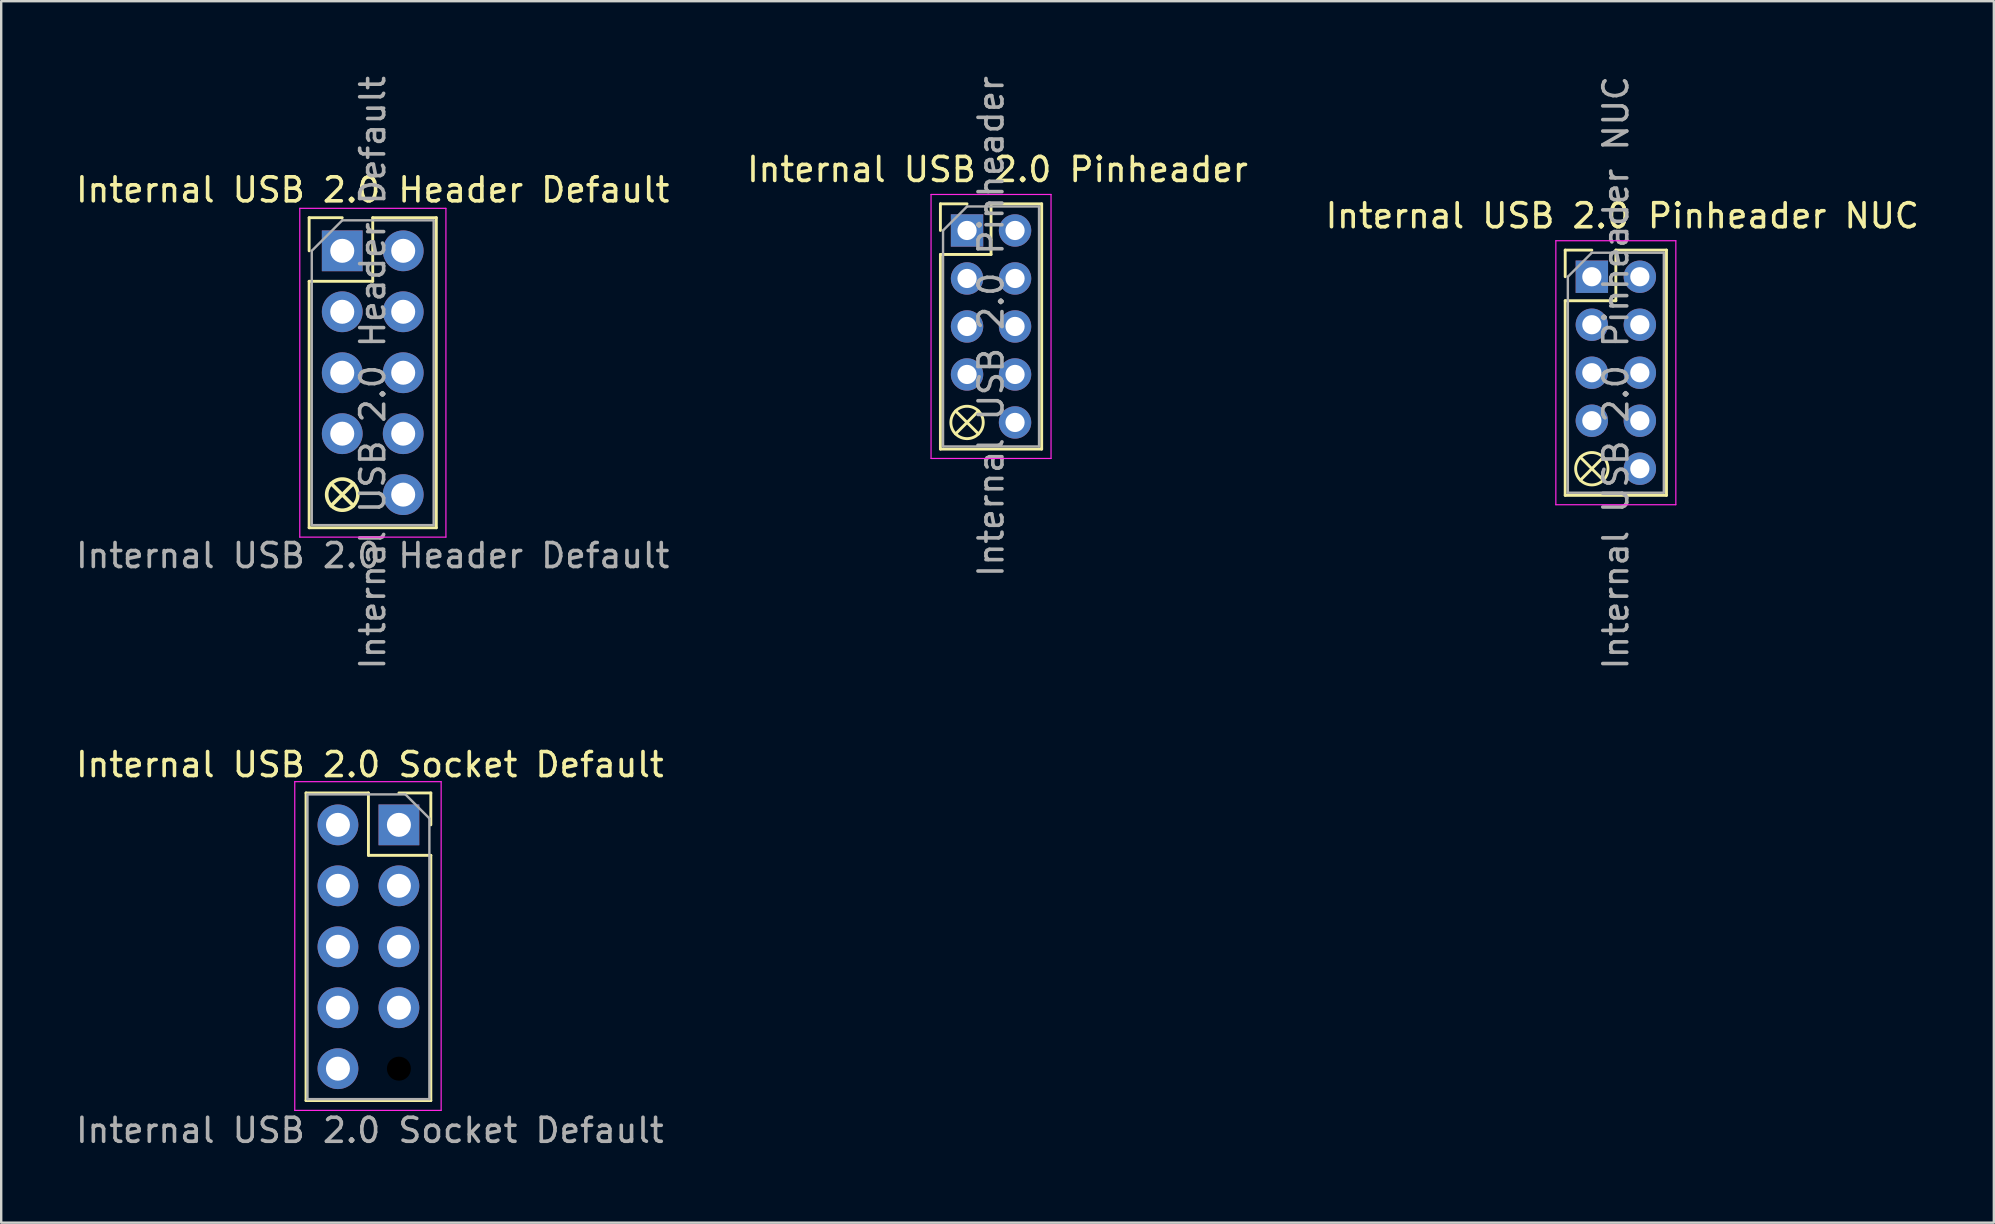
<source format=kicad_pcb>
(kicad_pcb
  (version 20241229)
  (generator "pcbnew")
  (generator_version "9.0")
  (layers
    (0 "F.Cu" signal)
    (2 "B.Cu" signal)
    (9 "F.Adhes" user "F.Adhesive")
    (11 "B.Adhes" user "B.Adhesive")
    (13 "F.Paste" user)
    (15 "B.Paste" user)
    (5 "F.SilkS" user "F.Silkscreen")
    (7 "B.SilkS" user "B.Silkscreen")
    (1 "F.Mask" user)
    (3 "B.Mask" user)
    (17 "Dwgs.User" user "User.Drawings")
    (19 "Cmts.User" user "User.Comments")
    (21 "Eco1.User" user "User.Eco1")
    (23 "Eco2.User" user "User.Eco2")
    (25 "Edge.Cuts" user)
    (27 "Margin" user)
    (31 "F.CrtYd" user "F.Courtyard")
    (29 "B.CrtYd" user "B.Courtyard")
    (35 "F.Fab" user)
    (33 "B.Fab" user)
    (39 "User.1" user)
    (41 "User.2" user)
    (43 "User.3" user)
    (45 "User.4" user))
  (footprint "Internal USB 2.0 Pinheader"
    (layer "F.Cu")
    (at 37.248 6.554)
    (property "Reference" "Internal USB 2.0 Pinheader" (at 1.27 -2.54 0) (unlocked yes) (layer "F.SilkS") (effects (font (size 1 1) (thickness 0.15))))
    (attr smd)
    (fp_line (start -1.11 -1.11) (end 0 -1.11) (stroke (width 0.12) (type solid)) (layer "F.SilkS"))
    (fp_line (start -1.11 0) (end -1.11 -1.11) (stroke (width 0.12) (type solid)) (layer "F.SilkS"))
    (fp_line (start -1.11 1) (end -1.11 9.11) (stroke (width 0.12) (type solid)) (layer "F.SilkS"))
    (fp_line (start -1.11 1) (end 1 1) (stroke (width 0.12) (type solid)) (layer "F.SilkS"))
    (fp_line (start -1.11 9.11) (end 3.11 9.11) (stroke (width 0.12) (type solid)) (layer "F.SilkS"))
    (fp_line (start 0 8) (end -0.477 7.523) (stroke (width 0.12) (type solid)) (layer "F.SilkS"))
    (fp_line (start 0 8) (end -0.477 8.477) (stroke (width 0.12) (type solid)) (layer "F.SilkS"))
    (fp_line (start 0 8) (end 0.477 7.523) (stroke (width 0.12) (type solid)) (layer "F.SilkS"))
    (fp_line (start 0 8) (end 0.477 8.477) (stroke (width 0.12) (type solid)) (layer "F.SilkS"))
    (fp_line (start 1 -1.11) (end 3.11 -1.11) (stroke (width 0.12) (type solid)) (layer "F.SilkS"))
    (fp_line (start 1 1) (end 1 -1.11) (stroke (width 0.12) (type solid)) (layer "F.SilkS"))
    (fp_line (start 3.11 -1.11) (end 3.11 9.11) (stroke (width 0.12) (type solid)) (layer "F.SilkS"))
    (fp_circle (center 0 8) (end 0.675 8) (stroke (width 0.12) (type solid)) (fill no) (layer "F.SilkS"))
    (fp_line (start -1.5 -1.5) (end -1.5 9.5) (stroke (width 0.05) (type solid)) (layer "F.CrtYd"))
    (fp_line (start -1.5 9.5) (end 3.5 9.5) (stroke (width 0.05) (type solid)) (layer "F.CrtYd"))
    (fp_line (start 3.5 -1.5) (end -1.5 -1.5) (stroke (width 0.05) (type solid)) (layer "F.CrtYd"))
    (fp_line (start 3.5 9.5) (end 3.5 -1.5) (stroke (width 0.05) (type solid)) (layer "F.CrtYd"))
    (fp_line (start -1 0) (end 0 -1) (stroke (width 0.1) (type solid)) (layer "F.Fab"))
    (fp_line (start -1 9) (end -1 0) (stroke (width 0.1) (type solid)) (layer "F.Fab"))
    (fp_line (start 0 -1) (end 3 -1) (stroke (width 0.1) (type solid)) (layer "F.Fab"))
    (fp_line (start 3 -1) (end 3 9) (stroke (width 0.1) (type solid)) (layer "F.Fab"))
    (fp_line (start 3 9) (end -1 9) (stroke (width 0.1) (type solid)) (layer "F.Fab"))
    (fp_text user "${REFERENCE}" (at 1 4 90) (layer "F.Fab") (effects (font (size 1 1) (thickness 0.15))))
    (pad "1" thru_hole rect (at 0 0) (size 1.35 1.35) (drill 0.8) (layers "*.Cu" "*.Mask"))
    (pad "1" thru_hole circle (at 2 0) (size 1.35 1.35) (drill 0.8) (layers "*.Cu" "*.Mask"))
    (pad "2" thru_hole circle (at 0 2) (size 1.35 1.35) (drill 0.8) (layers "*.Cu" "*.Mask"))
    (pad "3" thru_hole circle (at 2 2) (size 1.35 1.35) (drill 0.8) (layers "*.Cu" "*.Mask"))
    (pad "4" thru_hole circle (at 0 4) (size 1.35 1.35) (drill 0.8) (layers "*.Cu" "*.Mask"))
    (pad "5" thru_hole circle (at 2 4) (size 1.35 1.35) (drill 0.8) (layers "*.Cu" "*.Mask"))
    (pad "6" thru_hole circle (at 0 6) (size 1.35 1.35) (drill 0.8) (layers "*.Cu" "*.Mask"))
    (pad "6" thru_hole circle (at 2 6) (size 1.35 1.35) (drill 0.8) (layers "*.Cu" "*.Mask"))
    (pad "7" thru_hole circle (at 2 8) (size 1.35 1.35) (drill 0.8) (layers "*.Cu" "*.Mask")))
  (footprint "Internal USB 2.0 Socket Default"
    (layer "F.Cu")
    (at 13.573 31.323)
    (property "Reference" "Internal USB 2.0 Socket Default" (at -1.21 -2.51 0) (unlocked yes) (layer "F.SilkS") (effects (font (size 1 1) (thickness 0.15))))
    (attr smd)
    (fp_line (start -3.87 -1.33) (end -3.87 11.49) (stroke (width 0.12) (type solid)) (layer "F.SilkS"))
    (fp_line (start -3.87 -1.33) (end -1.27 -1.33) (stroke (width 0.12) (type solid)) (layer "F.SilkS"))
    (fp_line (start -3.87 11.49) (end 1.33 11.49) (stroke (width 0.12) (type solid)) (layer "F.SilkS"))
    (fp_line (start -1.27 -1.33) (end -1.27 1.27) (stroke (width 0.12) (type solid)) (layer "F.SilkS"))
    (fp_line (start -1.27 1.27) (end 1.33 1.27) (stroke (width 0.12) (type solid)) (layer "F.SilkS"))
    (fp_line (start 0 -1.33) (end 1.33 -1.33) (stroke (width 0.12) (type solid)) (layer "F.SilkS"))
    (fp_line (start 1.33 -1.33) (end 1.33 0) (stroke (width 0.12) (type solid)) (layer "F.SilkS"))
    (fp_line (start 1.33 1.27) (end 1.33 11.49) (stroke (width 0.12) (type solid)) (layer "F.SilkS"))
    (fp_line (start -4.34 -1.8) (end 1.76 -1.8) (stroke (width 0.05) (type solid)) (layer "F.CrtYd"))
    (fp_line (start -4.34 11.9) (end -4.34 -1.8) (stroke (width 0.05) (type solid)) (layer "F.CrtYd"))
    (fp_line (start 1.76 -1.8) (end 1.76 11.9) (stroke (width 0.05) (type solid)) (layer "F.CrtYd"))
    (fp_line (start 1.76 11.9) (end -4.34 11.9) (stroke (width 0.05) (type solid)) (layer "F.CrtYd"))
    (fp_line (start -3.81 -1.27) (end 0.27 -1.27) (stroke (width 0.1) (type solid)) (layer "F.Fab"))
    (fp_line (start -3.81 11.43) (end -3.81 -1.27) (stroke (width 0.1) (type solid)) (layer "F.Fab"))
    (fp_line (start 0.27 -1.27) (end 1.27 -0.27) (stroke (width 0.1) (type solid)) (layer "F.Fab"))
    (fp_line (start 1.27 -0.27) (end 1.27 11.43) (stroke (width 0.1) (type solid)) (layer "F.Fab"))
    (fp_line (start 1.27 11.43) (end -3.81 11.43) (stroke (width 0.1) (type solid)) (layer "F.Fab"))
    (fp_text user "${REFERENCE}" (at -1.21 12.73 0) (unlocked yes) (layer "F.Fab") (effects (font (size 1 1) (thickness 0.15))))
    (pad "" np_thru_hole circle (at 0 10.16) (size 1.7 1.7) (drill 1) (layers "*.Mask"))
    (pad "1" thru_hole circle (at -2.54 0) (size 1.7 1.7) (drill 1) (layers "*.Cu" "*.Mask"))
    (pad "1" thru_hole rect (at 0 0) (size 1.7 1.7) (drill 1) (layers "*.Cu" "*.Mask"))
    (pad "2" thru_hole circle (at 0 2.54) (size 1.7 1.7) (drill 1) (layers "*.Cu" "*.Mask"))
    (pad "3" thru_hole circle (at -2.54 2.54) (size 1.7 1.7) (drill 1) (layers "*.Cu" "*.Mask"))
    (pad "4" thru_hole circle (at 0 5.08) (size 1.7 1.7) (drill 1) (layers "*.Cu" "*.Mask"))
    (pad "5" thru_hole circle (at -2.54 5.08) (size 1.7 1.7) (drill 1) (layers "*.Cu" "*.Mask"))
    (pad "6" thru_hole circle (at -2.54 7.62) (size 1.7 1.7) (drill 1) (layers "*.Cu" "*.Mask"))
    (pad "6" thru_hole circle (at 0 7.62) (size 1.7 1.7) (drill 1) (layers "*.Cu" "*.Mask"))
    (pad "7" thru_hole circle (at -2.54 10.16) (size 1.7 1.7) (drill 1) (layers "*.Cu" "*.Mask")))
  (footprint "Internal USB 2.0 Header Default"
    (layer "F.Cu")
    (at 11.212 7.402)
    (property "Reference" "Internal USB 2.0 Header Default" (at 1.27 -2.54 0) (unlocked yes) (layer "F.SilkS") (effects (font (size 1 1) (thickness 0.15))))
    (attr smd)
    (fp_line (start -1.38 -1.38) (end 0 -1.38) (stroke (width 0.12) (type solid)) (layer "F.SilkS"))
    (fp_line (start -1.38 0) (end -1.38 -1.38) (stroke (width 0.12) (type solid)) (layer "F.SilkS"))
    (fp_line (start -1.38 1.27) (end -1.38 11.54) (stroke (width 0.12) (type solid)) (layer "F.SilkS"))
    (fp_line (start -1.38 1.27) (end 1.27 1.27) (stroke (width 0.12) (type solid)) (layer "F.SilkS"))
    (fp_line (start -1.38 11.54) (end 3.92 11.54) (stroke (width 0.12) (type solid)) (layer "F.SilkS"))
    (fp_line (start 0 10.16) (end -0.46 9.7) (stroke (width 0.15) (type solid)) (layer "F.SilkS"))
    (fp_line (start 0 10.16) (end -0.46 10.62) (stroke (width 0.15) (type solid)) (layer "F.SilkS"))
    (fp_line (start 0 10.16) (end 0.46 9.7) (stroke (width 0.15) (type solid)) (layer "F.SilkS"))
    (fp_line (start 0 10.16) (end 0.46 10.62) (stroke (width 0.15) (type solid)) (layer "F.SilkS"))
    (fp_line (start 1.27 -1.38) (end 3.92 -1.38) (stroke (width 0.12) (type solid)) (layer "F.SilkS"))
    (fp_line (start 1.27 1.27) (end 1.27 -1.38) (stroke (width 0.12) (type solid)) (layer "F.SilkS"))
    (fp_line (start 3.92 -1.38) (end 3.92 11.54) (stroke (width 0.12) (type solid)) (layer "F.SilkS"))
    (fp_circle (center 0 10.16) (end 0.65 10.16) (stroke (width 0.15) (type solid)) (fill no) (layer "F.SilkS"))
    (fp_line (start -1.77 -1.77) (end -1.77 11.93) (stroke (width 0.05) (type solid)) (layer "F.CrtYd"))
    (fp_line (start -1.77 11.93) (end 4.32 11.93) (stroke (width 0.05) (type solid)) (layer "F.CrtYd"))
    (fp_line (start 4.32 -1.77) (end -1.77 -1.77) (stroke (width 0.05) (type solid)) (layer "F.CrtYd"))
    (fp_line (start 4.32 11.93) (end 4.32 -1.77) (stroke (width 0.05) (type solid)) (layer "F.CrtYd"))
    (fp_line (start -1.27 0) (end 0 -1.27) (stroke (width 0.1) (type solid)) (layer "F.Fab"))
    (fp_line (start -1.27 11.43) (end -1.27 0) (stroke (width 0.1) (type solid)) (layer "F.Fab"))
    (fp_line (start 0 -1.27) (end 3.81 -1.27) (stroke (width 0.1) (type solid)) (layer "F.Fab"))
    (fp_line (start 3.81 -1.27) (end 3.81 11.43) (stroke (width 0.1) (type solid)) (layer "F.Fab"))
    (fp_line (start 3.81 11.43) (end -1.27 11.43) (stroke (width 0.1) (type solid)) (layer "F.Fab"))
    (fp_text user "${REFERENCE}" (at 1.27 5.08 90) (layer "F.Fab") (effects (font (size 1 1) (thickness 0.15))))
    (fp_text user "${REFERENCE}" (at 1.27 12.7 0) (unlocked yes) (layer "F.Fab") (effects (font (size 1 1) (thickness 0.15))))
    (pad "1" thru_hole rect (at 0 0) (size 1.7 1.7) (drill 1) (layers "*.Cu" "*.Mask"))
    (pad "1" thru_hole circle (at 2.54 0) (size 1.7 1.7) (drill 1) (layers "*.Cu" "*.Mask"))
    (pad "2" thru_hole circle (at 0 2.54) (size 1.7 1.7) (drill 1) (layers "*.Cu" "*.Mask"))
    (pad "3" thru_hole circle (at 2.54 2.54) (size 1.7 1.7) (drill 1) (layers "*.Cu" "*.Mask"))
    (pad "4" thru_hole circle (at 0 5.08) (size 1.7 1.7) (drill 1) (layers "*.Cu" "*.Mask"))
    (pad "5" thru_hole circle (at 2.54 5.08) (size 1.7 1.7) (drill 1) (layers "*.Cu" "*.Mask"))
    (pad "6" thru_hole circle (at 0 7.62) (size 1.7 1.7) (drill 1) (layers "*.Cu" "*.Mask"))
    (pad "6" thru_hole circle (at 2.54 7.62) (size 1.7 1.7) (drill 1) (layers "*.Cu" "*.Mask"))
    (pad "7" thru_hole circle (at 2.54 10.16) (size 1.7 1.7) (drill 1) (layers "*.Cu" "*.Mask")))
  (footprint "Internal USB 2.0 Pinheader NUC"
    (layer "F.Cu")
    (at 63.284 8.482)
    (property "Reference" "Internal USB 2.0 Pinheader NUC" (at 1.27 -2.54 0) (unlocked yes) (layer "F.SilkS") (effects (font (size 1 1) (thickness 0.15))))
    (attr smd)
    (fp_line (start -1.11 -1.11) (end 0 -1.11) (stroke (width 0.12) (type solid)) (layer "F.SilkS"))
    (fp_line (start -1.11 0) (end -1.11 -1.11) (stroke (width 0.12) (type solid)) (layer "F.SilkS"))
    (fp_line (start -1.11 1) (end -1.11 9.11) (stroke (width 0.12) (type solid)) (layer "F.SilkS"))
    (fp_line (start -1.11 1) (end 1 1) (stroke (width 0.12) (type solid)) (layer "F.SilkS"))
    (fp_line (start -1.11 9.11) (end 3.11 9.11) (stroke (width 0.12) (type solid)) (layer "F.SilkS"))
    (fp_line (start 0 8) (end -0.477 7.523) (stroke (width 0.12) (type solid)) (layer "F.SilkS"))
    (fp_line (start 0 8) (end -0.477 8.477) (stroke (width 0.12) (type solid)) (layer "F.SilkS"))
    (fp_line (start 0 8) (end 0.477 7.523) (stroke (width 0.12) (type solid)) (layer "F.SilkS"))
    (fp_line (start 0 8) (end 0.477 8.477) (stroke (width 0.12) (type solid)) (layer "F.SilkS"))
    (fp_line (start 1 -1.11) (end 3.11 -1.11) (stroke (width 0.12) (type solid)) (layer "F.SilkS"))
    (fp_line (start 1 1) (end 1 -1.11) (stroke (width 0.12) (type solid)) (layer "F.SilkS"))
    (fp_line (start 3.11 -1.11) (end 3.11 9.11) (stroke (width 0.12) (type solid)) (layer "F.SilkS"))
    (fp_circle (center 0 8) (end 0.675 8) (stroke (width 0.12) (type solid)) (fill no) (layer "F.SilkS"))
    (fp_line (start -1.5 -1.5) (end -1.5 9.5) (stroke (width 0.05) (type solid)) (layer "F.CrtYd"))
    (fp_line (start -1.5 9.5) (end 3.5 9.5) (stroke (width 0.05) (type solid)) (layer "F.CrtYd"))
    (fp_line (start 3.5 -1.5) (end -1.5 -1.5) (stroke (width 0.05) (type solid)) (layer "F.CrtYd"))
    (fp_line (start 3.5 9.5) (end 3.5 -1.5) (stroke (width 0.05) (type solid)) (layer "F.CrtYd"))
    (fp_line (start -1 0) (end 0 -1) (stroke (width 0.1) (type solid)) (layer "F.Fab"))
    (fp_line (start -1 9) (end -1 0) (stroke (width 0.1) (type solid)) (layer "F.Fab"))
    (fp_line (start 0 -1) (end 3 -1) (stroke (width 0.1) (type solid)) (layer "F.Fab"))
    (fp_line (start 3 -1) (end 3 9) (stroke (width 0.1) (type solid)) (layer "F.Fab"))
    (fp_line (start 3 9) (end -1 9) (stroke (width 0.1) (type solid)) (layer "F.Fab"))
    (fp_text user "${REFERENCE}" (at 1 4 90) (layer "F.Fab") (effects (font (size 1 1) (thickness 0.15))))
    (pad "1" thru_hole rect (at 0 0) (size 1.35 1.35) (drill 0.8) (layers "*.Cu" "*.Mask"))
    (pad "1" thru_hole circle (at 2 0) (size 1.35 1.35) (drill 0.8) (layers "*.Cu" "*.Mask"))
    (pad "2" thru_hole circle (at 0 2) (size 1.35 1.35) (drill 0.8) (layers "*.Cu" "*.Mask"))
    (pad "3" thru_hole circle (at 2 2) (size 1.35 1.35) (drill 0.8) (layers "*.Cu" "*.Mask"))
    (pad "4" thru_hole circle (at 0 4) (size 1.35 1.35) (drill 0.8) (layers "*.Cu" "*.Mask"))
    (pad "5" thru_hole circle (at 2 4) (size 1.35 1.35) (drill 0.8) (layers "*.Cu" "*.Mask"))
    (pad "6" thru_hole circle (at 0 6) (size 1.35 1.35) (drill 0.8) (layers "*.Cu" "*.Mask"))
    (pad "6" thru_hole circle (at 2 6) (size 1.35 1.35) (drill 0.8) (layers "*.Cu" "*.Mask"))
    (pad "7" thru_hole circle (at 2 8) (size 1.35 1.35) (drill 0.8) (layers "*.Cu" "*.Mask")))
  (gr_rect
    (start -3 -3)
    (end 80.036 47.901)
    (stroke (width 0.1) (type default))
    (fill no)
    (layer "Edge.Cuts")))
</source>
